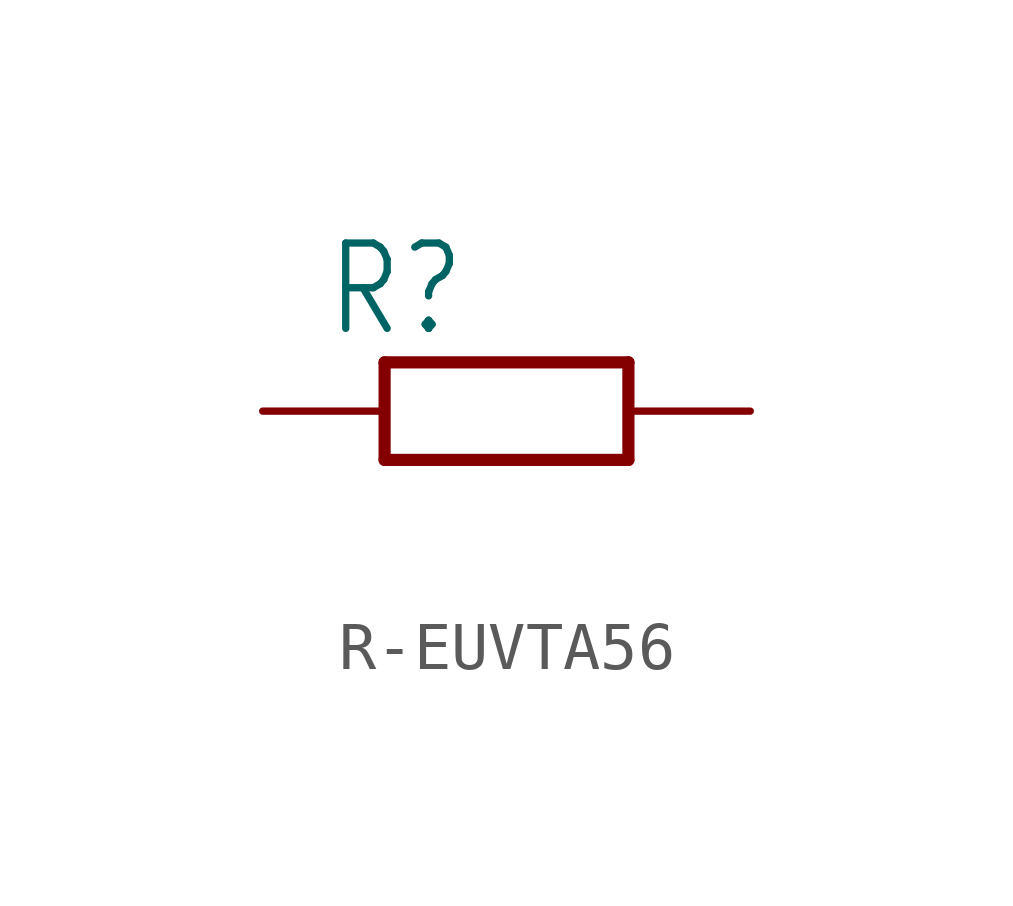
<source format=kicad_sym>
(kicad_symbol_lib
  (version 20220914)
  (generator kicad_symbol_editor)
  (symbol "R-EUVTA56"
    (property "Reference" "R"
      (at -3.81 1.499 0)
      (effects (font (size 1.778 1.511)) (justify left bottom)))
    (property "Value" ""
      (at -3.81 -3.302 0)
      (effects (font (size 1.778 1.511)) (justify left bottom)))
    (property "ki_locked" ""
      (at 0 0 0)
      (effects (font (size 1.27 1.27))))
    (symbol "R-EUVTA56_1_0"
      (polyline (pts (xy -2.54 -1.016) (xy -2.54 1.016)) (stroke (width 0.254) (type solid)) (fill (type none)))
      (polyline (pts (xy -2.54 1.016) (xy 2.54 1.016)) (stroke (width 0.254) (type solid)) (fill (type none)))
      (polyline (pts (xy 2.54 -1.016) (xy -2.54 -1.016)) (stroke (width 0.254) (type solid)) (fill (type none)))
      (polyline (pts (xy 2.54 1.016) (xy 2.54 -1.016)) (stroke (width 0.254) (type solid)) (fill (type none)))
      (pin passive line (at -5.08 0 0) (length 2.54) (name "1" (effects (font (size 0 0)))) (number "1" (effects (font (size 0 0)))))
      (pin passive line (at 5.08 0 180) (length 2.54) (name "2" (effects (font (size 0 0)))) (number "2" (effects (font (size 0 0))))))))
</source>
